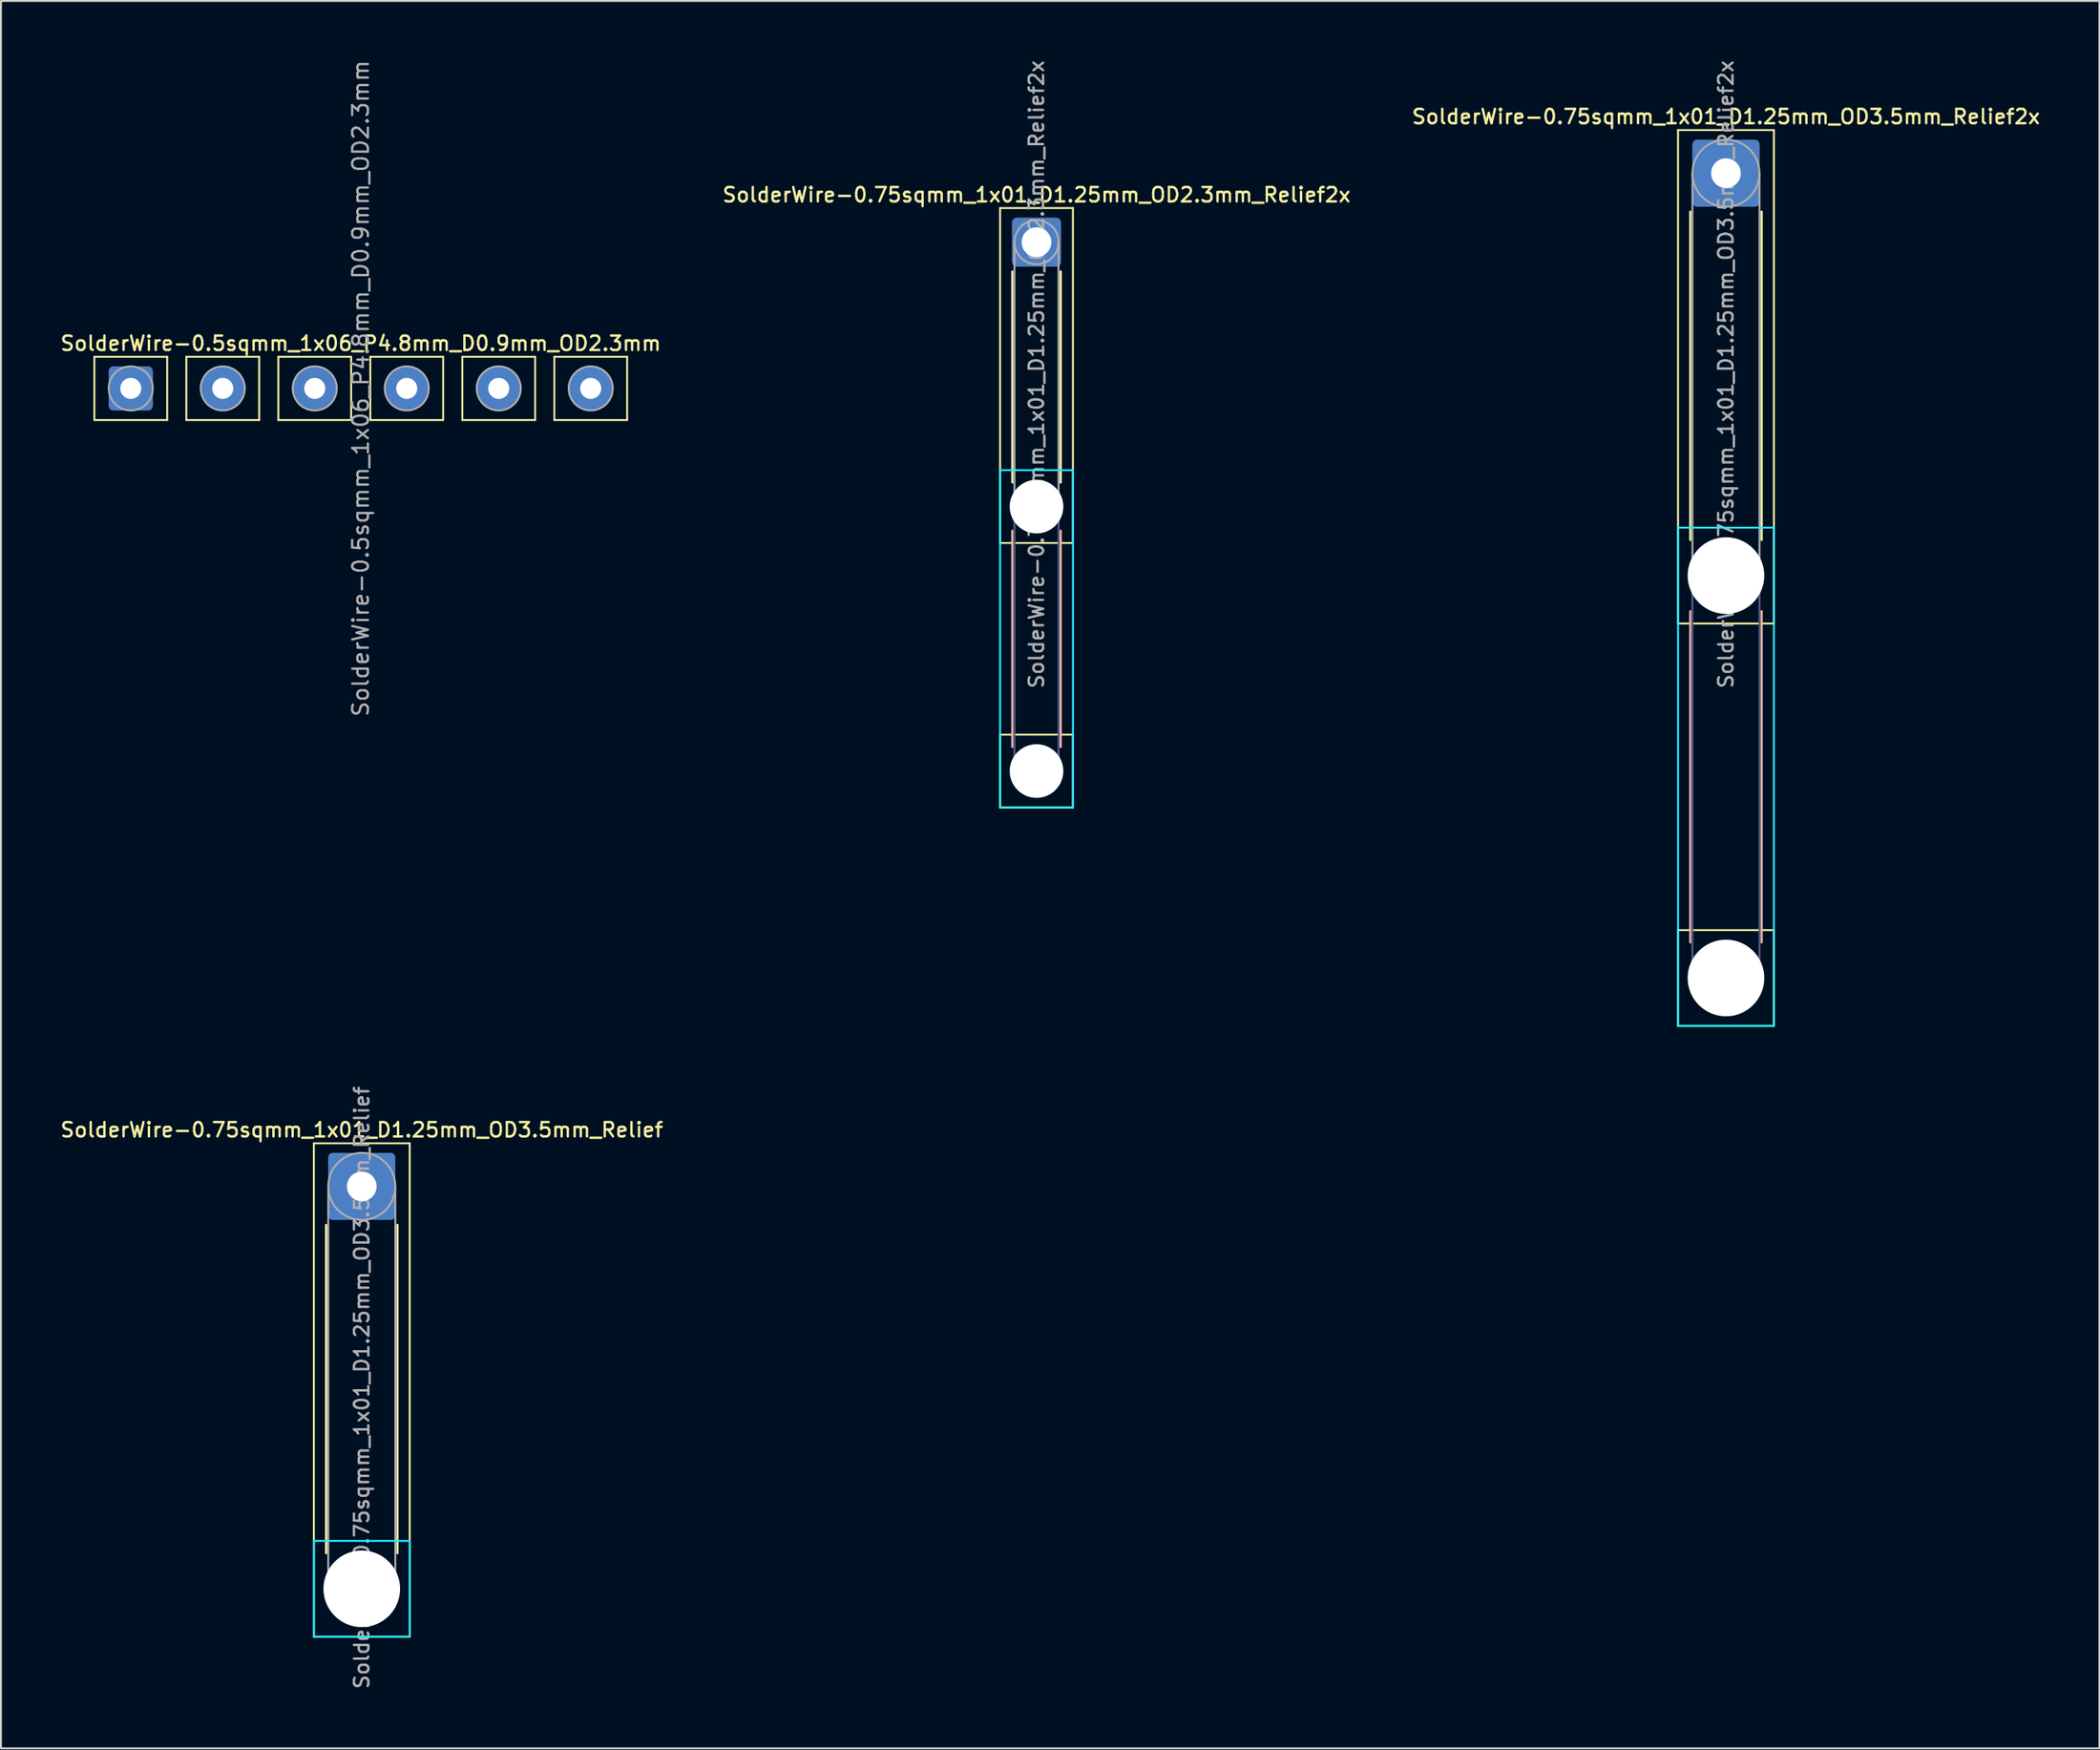
<source format=kicad_pcb>
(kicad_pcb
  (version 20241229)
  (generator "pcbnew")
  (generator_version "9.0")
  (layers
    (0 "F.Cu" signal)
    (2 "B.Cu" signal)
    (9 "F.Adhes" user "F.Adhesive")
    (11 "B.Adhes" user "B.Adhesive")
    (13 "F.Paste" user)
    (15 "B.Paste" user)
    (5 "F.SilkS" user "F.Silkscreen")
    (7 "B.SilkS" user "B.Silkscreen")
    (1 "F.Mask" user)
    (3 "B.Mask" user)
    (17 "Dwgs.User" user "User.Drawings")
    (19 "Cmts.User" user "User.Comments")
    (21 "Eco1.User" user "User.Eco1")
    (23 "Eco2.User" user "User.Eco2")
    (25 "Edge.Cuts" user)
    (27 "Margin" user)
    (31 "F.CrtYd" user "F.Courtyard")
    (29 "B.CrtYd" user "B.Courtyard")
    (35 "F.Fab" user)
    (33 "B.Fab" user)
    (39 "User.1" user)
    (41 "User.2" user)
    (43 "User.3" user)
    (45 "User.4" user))
  (footprint "SolderWire-0.75sqmm_1x01_D1.25mm_OD3.5mm_Relief"
    (layer "F.Cu")
    (at 15.827 58.864)
    (property "Reference" "SolderWire-0.75sqmm_1x01_D1.25mm_OD3.5mm_Relief" (at 0 -2.95 0) (layer "F.SilkS") (effects (font (size 0.75 0.75) (thickness 0.125))))
    (attr exclude_from_pos_files exclude_from_bom)
    (fp_line (start -2.5 -2.25) (end -2.5 23.5) (stroke (width 0.1) (type solid)) (layer "F.SilkS"))
    (fp_line (start -2.5 23.5) (end 2.5 23.5) (stroke (width 0.1) (type solid)) (layer "F.SilkS"))
    (fp_line (start -1.86 2.01) (end -1.86 19.14) (stroke (width 0.12) (type solid)) (layer "F.SilkS"))
    (fp_line (start 1.86 2.01) (end 1.86 19.14) (stroke (width 0.12) (type solid)) (layer "F.SilkS"))
    (fp_line (start 2.5 -2.25) (end -2.5 -2.25) (stroke (width 0.1) (type solid)) (layer "F.SilkS"))
    (fp_line (start 2.5 23.5) (end 2.5 -2.25) (stroke (width 0.1) (type solid)) (layer "F.SilkS"))
    (fp_line (start -2.5 18.5) (end -2.5 23.5) (stroke (width 0.1) (type solid)) (layer "B.CrtYd"))
    (fp_line (start -2.5 23.5) (end 2.5 23.5) (stroke (width 0.1) (type solid)) (layer "B.CrtYd"))
    (fp_line (start 2.5 18.5) (end -2.5 18.5) (stroke (width 0.1) (type solid)) (layer "B.CrtYd"))
    (fp_line (start 2.5 23.5) (end 2.5 18.5) (stroke (width 0.1) (type solid)) (layer "B.CrtYd"))
    (fp_line (start -1.75 0) (end -1.75 21) (stroke (width 0.1) (type solid)) (layer "F.Fab"))
    (fp_line (start 1.75 0) (end 1.75 21) (stroke (width 0.1) (type solid)) (layer "F.Fab"))
    (fp_circle (center 0 0) (end 1.75 0) (stroke (width 0.1) (type solid)) (fill no) (layer "F.Fab"))
    (fp_circle (center 0 21) (end 1.75 21) (stroke (width 0.1) (type solid)) (fill no) (layer "F.Fab"))
    (fp_text user "${REFERENCE}" (at 0 10.5 90) (layer "F.Fab") (effects (font (size 0.75 0.75) (thickness 0.125))))
    (pad "" np_thru_hole circle (at 0 21) (size 4 4) (drill 4) (layers "*.Cu" "*.Mask"))
    (pad "1" thru_hole roundrect (at 0 0) (size 3.5 3.5) (drill 1.55) (layers "*.Cu" "*.Mask") (roundrect_rratio 0.071)))
  (footprint "SolderWire-0.75sqmm_1x01_D1.25mm_OD2.3mm_Relief2x"
    (layer "F.Cu")
    (at 51.034 9.588)
    (property "Reference" "SolderWire-0.75sqmm_1x01_D1.25mm_OD2.3mm_Relief2x" (at 0 -2.47 0) (layer "F.SilkS") (effects (font (size 0.75 0.75) (thickness 0.125))))
    (attr exclude_from_pos_files exclude_from_bom)
    (fp_line (start -1.9 -1.78) (end -1.9 15.7) (stroke (width 0.1) (type solid)) (layer "F.SilkS"))
    (fp_line (start -1.9 15.7) (end 1.9 15.7) (stroke (width 0.1) (type solid)) (layer "F.SilkS"))
    (fp_line (start -1.9 25.7) (end -1.9 29.5) (stroke (width 0.1) (type solid)) (layer "F.SilkS"))
    (fp_line (start -1.9 29.5) (end 1.9 29.5) (stroke (width 0.1) (type solid)) (layer "F.SilkS"))
    (fp_line (start -1.26 1.535) (end -1.26 12.54) (stroke (width 0.12) (type solid)) (layer "F.SilkS"))
    (fp_line (start 1.26 1.535) (end 1.26 12.54) (stroke (width 0.12) (type solid)) (layer "F.SilkS"))
    (fp_line (start 1.9 -1.78) (end -1.9 -1.78) (stroke (width 0.1) (type solid)) (layer "F.SilkS"))
    (fp_line (start 1.9 15.7) (end 1.9 -1.78) (stroke (width 0.1) (type solid)) (layer "F.SilkS"))
    (fp_line (start 1.9 25.7) (end -1.9 25.7) (stroke (width 0.1) (type solid)) (layer "F.SilkS"))
    (fp_line (start 1.9 29.5) (end 1.9 25.7) (stroke (width 0.1) (type solid)) (layer "F.SilkS"))
    (fp_line (start -1.26 15.06) (end -1.26 26.34) (stroke (width 0.12) (type solid)) (layer "B.SilkS"))
    (fp_line (start 1.26 15.06) (end 1.26 26.34) (stroke (width 0.12) (type solid)) (layer "B.SilkS"))
    (fp_line (start -1.9 11.9) (end -1.9 29.5) (stroke (width 0.1) (type solid)) (layer "B.CrtYd"))
    (fp_line (start -1.9 29.5) (end 1.9 29.5) (stroke (width 0.1) (type solid)) (layer "B.CrtYd"))
    (fp_line (start 1.9 11.9) (end -1.9 11.9) (stroke (width 0.1) (type solid)) (layer "B.CrtYd"))
    (fp_line (start 1.9 29.5) (end 1.9 11.9) (stroke (width 0.1) (type solid)) (layer "B.CrtYd"))
    (fp_line (start -1.15 13.8) (end -1.15 27.6) (stroke (width 0.1) (type solid)) (layer "B.Fab"))
    (fp_line (start 1.15 13.8) (end 1.15 27.6) (stroke (width 0.1) (type solid)) (layer "B.Fab"))
    (fp_circle (center 0 13.8) (end 1.15 13.8) (stroke (width 0.1) (type solid)) (fill no) (layer "B.Fab"))
    (fp_circle (center 0 27.6) (end 1.15 27.6) (stroke (width 0.1) (type solid)) (fill no) (layer "B.Fab"))
    (fp_line (start -1.15 0) (end -1.15 13.8) (stroke (width 0.1) (type solid)) (layer "F.Fab"))
    (fp_line (start 1.15 0) (end 1.15 13.8) (stroke (width 0.1) (type solid)) (layer "F.Fab"))
    (fp_circle (center 0 0) (end 1.15 0) (stroke (width 0.1) (type solid)) (fill no) (layer "F.Fab"))
    (fp_circle (center 0 13.8) (end 1.15 13.8) (stroke (width 0.1) (type solid)) (fill no) (layer "F.Fab"))
    (fp_circle (center 0 27.6) (end 1.15 27.6) (stroke (width 0.1) (type solid)) (fill no) (layer "F.Fab"))
    (fp_text user "${REFERENCE}" (at 0 6.9 90) (layer "F.Fab") (effects (font (size 0.75 0.75) (thickness 0.125))))
    (pad "" np_thru_hole circle (at 0 13.8) (size 2.8 2.8) (drill 2.8) (layers "*.Cu" "*.Mask"))
    (pad "" np_thru_hole circle (at 0 27.6) (size 2.8 2.8) (drill 2.8) (layers "*.Cu" "*.Mask"))
    (pad "1" thru_hole roundrect (at 0 0) (size 2.55 2.55) (drill 1.55) (layers "*.Cu" "*.Mask") (roundrect_rratio 0.098)))
  (footprint "SolderWire-0.5sqmm_1x06_P4.8mm_D0.9mm_OD2.3mm"
    (layer "F.Cu")
    (at 3.773 17.22)
    (property "Reference" "SolderWire-0.5sqmm_1x06_P4.8mm_D0.9mm_OD2.3mm" (at 12 -2.35 0) (layer "F.SilkS") (effects (font (size 0.75 0.75) (thickness 0.125))))
    (attr exclude_from_pos_files exclude_from_bom)
    (fp_line (start -1.9 -1.65) (end -1.9 1.65) (stroke (width 0.1) (type solid)) (layer "F.SilkS"))
    (fp_line (start -1.9 1.65) (end 1.9 1.65) (stroke (width 0.1) (type solid)) (layer "F.SilkS"))
    (fp_line (start 1.9 -1.65) (end -1.9 -1.65) (stroke (width 0.1) (type solid)) (layer "F.SilkS"))
    (fp_line (start 1.9 1.65) (end 1.9 -1.65) (stroke (width 0.1) (type solid)) (layer "F.SilkS"))
    (fp_line (start 2.9 -1.65) (end 2.9 1.65) (stroke (width 0.1) (type solid)) (layer "F.SilkS"))
    (fp_line (start 2.9 1.65) (end 6.7 1.65) (stroke (width 0.1) (type solid)) (layer "F.SilkS"))
    (fp_line (start 6.7 -1.65) (end 2.9 -1.65) (stroke (width 0.1) (type solid)) (layer "F.SilkS"))
    (fp_line (start 6.7 1.65) (end 6.7 -1.65) (stroke (width 0.1) (type solid)) (layer "F.SilkS"))
    (fp_line (start 7.7 -1.65) (end 7.7 1.65) (stroke (width 0.1) (type solid)) (layer "F.SilkS"))
    (fp_line (start 7.7 1.65) (end 11.5 1.65) (stroke (width 0.1) (type solid)) (layer "F.SilkS"))
    (fp_line (start 11.5 -1.65) (end 7.7 -1.65) (stroke (width 0.1) (type solid)) (layer "F.SilkS"))
    (fp_line (start 11.5 1.65) (end 11.5 -1.65) (stroke (width 0.1) (type solid)) (layer "F.SilkS"))
    (fp_line (start 12.5 -1.65) (end 12.5 1.65) (stroke (width 0.1) (type solid)) (layer "F.SilkS"))
    (fp_line (start 12.5 1.65) (end 16.3 1.65) (stroke (width 0.1) (type solid)) (layer "F.SilkS"))
    (fp_line (start 16.3 -1.65) (end 12.5 -1.65) (stroke (width 0.1) (type solid)) (layer "F.SilkS"))
    (fp_line (start 16.3 1.65) (end 16.3 -1.65) (stroke (width 0.1) (type solid)) (layer "F.SilkS"))
    (fp_line (start 17.3 -1.65) (end 17.3 1.65) (stroke (width 0.1) (type solid)) (layer "F.SilkS"))
    (fp_line (start 17.3 1.65) (end 21.1 1.65) (stroke (width 0.1) (type solid)) (layer "F.SilkS"))
    (fp_line (start 21.1 -1.65) (end 17.3 -1.65) (stroke (width 0.1) (type solid)) (layer "F.SilkS"))
    (fp_line (start 21.1 1.65) (end 21.1 -1.65) (stroke (width 0.1) (type solid)) (layer "F.SilkS"))
    (fp_line (start 22.1 -1.65) (end 22.1 1.65) (stroke (width 0.1) (type solid)) (layer "F.SilkS"))
    (fp_line (start 22.1 1.65) (end 25.9 1.65) (stroke (width 0.1) (type solid)) (layer "F.SilkS"))
    (fp_line (start 25.9 -1.65) (end 22.1 -1.65) (stroke (width 0.1) (type solid)) (layer "F.SilkS"))
    (fp_line (start 25.9 1.65) (end 25.9 -1.65) (stroke (width 0.1) (type solid)) (layer "F.SilkS"))
    (fp_circle (center 0 0) (end 1.15 0) (stroke (width 0.1) (type solid)) (fill no) (layer "F.Fab"))
    (fp_circle (center 4.8 0) (end 5.95 0) (stroke (width 0.1) (type solid)) (fill no) (layer "F.Fab"))
    (fp_circle (center 9.6 0) (end 10.75 0) (stroke (width 0.1) (type solid)) (fill no) (layer "F.Fab"))
    (fp_circle (center 14.4 0) (end 15.55 0) (stroke (width 0.1) (type solid)) (fill no) (layer "F.Fab"))
    (fp_circle (center 19.2 0) (end 20.35 0) (stroke (width 0.1) (type solid)) (fill no) (layer "F.Fab"))
    (fp_circle (center 24 0) (end 25.15 0) (stroke (width 0.1) (type solid)) (fill no) (layer "F.Fab"))
    (fp_text user "${REFERENCE}" (at 12 0 90) (layer "F.Fab") (effects (font (size 0.82 0.82) (thickness 0.12))))
    (pad "1" thru_hole roundrect (at 0 0) (size 2.3 2.3) (drill 1.1) (layers "*.Cu" "*.Mask") (roundrect_rratio 0.109))
    (pad "2" thru_hole circle (at 4.8 0) (size 2.3 2.3) (drill 1.1) (layers "*.Cu" "*.Mask"))
    (pad "3" thru_hole circle (at 9.6 0) (size 2.3 2.3) (drill 1.1) (layers "*.Cu" "*.Mask"))
    (pad "4" thru_hole circle (at 14.4 0) (size 2.3 2.3) (drill 1.1) (layers "*.Cu" "*.Mask"))
    (pad "5" thru_hole circle (at 19.2 0) (size 2.3 2.3) (drill 1.1) (layers "*.Cu" "*.Mask"))
    (pad "6" thru_hole circle (at 24 0) (size 2.3 2.3) (drill 1.1) (layers "*.Cu" "*.Mask")))
  (footprint "SolderWire-0.75sqmm_1x01_D1.25mm_OD3.5mm_Relief2x"
    (layer "F.Cu")
    (at 87.009 5.988)
    (property "Reference" "SolderWire-0.75sqmm_1x01_D1.25mm_OD3.5mm_Relief2x" (at 0 -2.95 0) (layer "F.SilkS") (effects (font (size 0.75 0.75) (thickness 0.125))))
    (attr exclude_from_pos_files exclude_from_bom)
    (fp_line (start -2.5 -2.25) (end -2.5 23.5) (stroke (width 0.1) (type solid)) (layer "F.SilkS"))
    (fp_line (start -2.5 23.5) (end 2.5 23.5) (stroke (width 0.1) (type solid)) (layer "F.SilkS"))
    (fp_line (start -2.5 39.5) (end -2.5 44.5) (stroke (width 0.1) (type solid)) (layer "F.SilkS"))
    (fp_line (start -2.5 44.5) (end 2.5 44.5) (stroke (width 0.1) (type solid)) (layer "F.SilkS"))
    (fp_line (start -1.86 2.01) (end -1.86 19.14) (stroke (width 0.12) (type solid)) (layer "F.SilkS"))
    (fp_line (start 1.86 2.01) (end 1.86 19.14) (stroke (width 0.12) (type solid)) (layer "F.SilkS"))
    (fp_line (start 2.5 -2.25) (end -2.5 -2.25) (stroke (width 0.1) (type solid)) (layer "F.SilkS"))
    (fp_line (start 2.5 23.5) (end 2.5 -2.25) (stroke (width 0.1) (type solid)) (layer "F.SilkS"))
    (fp_line (start 2.5 39.5) (end -2.5 39.5) (stroke (width 0.1) (type solid)) (layer "F.SilkS"))
    (fp_line (start 2.5 44.5) (end 2.5 39.5) (stroke (width 0.1) (type solid)) (layer "F.SilkS"))
    (fp_line (start -1.86 22.86) (end -1.86 40.14) (stroke (width 0.12) (type solid)) (layer "B.SilkS"))
    (fp_line (start 1.86 22.86) (end 1.86 40.14) (stroke (width 0.12) (type solid)) (layer "B.SilkS"))
    (fp_line (start -2.5 18.5) (end -2.5 44.5) (stroke (width 0.1) (type solid)) (layer "B.CrtYd"))
    (fp_line (start -2.5 44.5) (end 2.5 44.5) (stroke (width 0.1) (type solid)) (layer "B.CrtYd"))
    (fp_line (start 2.5 18.5) (end -2.5 18.5) (stroke (width 0.1) (type solid)) (layer "B.CrtYd"))
    (fp_line (start 2.5 44.5) (end 2.5 18.5) (stroke (width 0.1) (type solid)) (layer "B.CrtYd"))
    (fp_line (start -1.75 21) (end -1.75 42) (stroke (width 0.1) (type solid)) (layer "B.Fab"))
    (fp_line (start 1.75 21) (end 1.75 42) (stroke (width 0.1) (type solid)) (layer "B.Fab"))
    (fp_circle (center 0 21) (end 1.75 21) (stroke (width 0.1) (type solid)) (fill no) (layer "B.Fab"))
    (fp_circle (center 0 42) (end 1.75 42) (stroke (width 0.1) (type solid)) (fill no) (layer "B.Fab"))
    (fp_line (start -1.75 0) (end -1.75 21) (stroke (width 0.1) (type solid)) (layer "F.Fab"))
    (fp_line (start 1.75 0) (end 1.75 21) (stroke (width 0.1) (type solid)) (layer "F.Fab"))
    (fp_circle (center 0 0) (end 1.75 0) (stroke (width 0.1) (type solid)) (fill no) (layer "F.Fab"))
    (fp_circle (center 0 21) (end 1.75 21) (stroke (width 0.1) (type solid)) (fill no) (layer "F.Fab"))
    (fp_circle (center 0 42) (end 1.75 42) (stroke (width 0.1) (type solid)) (fill no) (layer "F.Fab"))
    (fp_text user "${REFERENCE}" (at 0 10.5 90) (layer "F.Fab") (effects (font (size 0.75 0.75) (thickness 0.125))))
    (pad "" np_thru_hole circle (at 0 21) (size 4 4) (drill 4) (layers "*.Cu" "*.Mask"))
    (pad "" np_thru_hole circle (at 0 42) (size 4 4) (drill 4) (layers "*.Cu" "*.Mask"))
    (pad "1" thru_hole roundrect (at 0 0) (size 3.5 3.5) (drill 1.55) (layers "*.Cu" "*.Mask") (roundrect_rratio 0.071)))
  (gr_rect
    (start -3 -3)
    (end 106.496 88.191)
    (stroke (width 0.1) (type default))
    (fill no)
    (layer "Edge.Cuts")))
</source>
